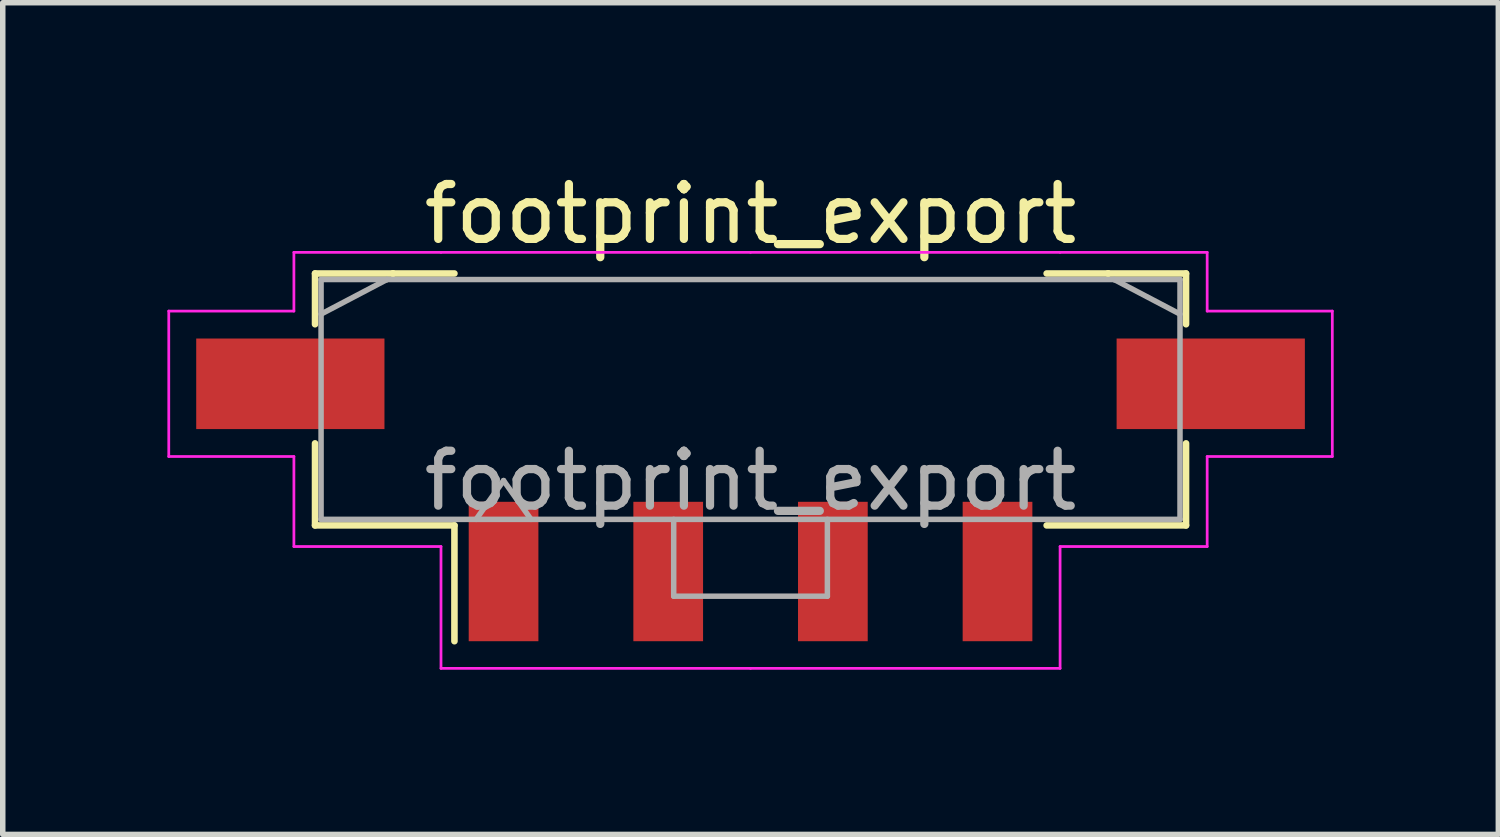
<source format=kicad_pcb>
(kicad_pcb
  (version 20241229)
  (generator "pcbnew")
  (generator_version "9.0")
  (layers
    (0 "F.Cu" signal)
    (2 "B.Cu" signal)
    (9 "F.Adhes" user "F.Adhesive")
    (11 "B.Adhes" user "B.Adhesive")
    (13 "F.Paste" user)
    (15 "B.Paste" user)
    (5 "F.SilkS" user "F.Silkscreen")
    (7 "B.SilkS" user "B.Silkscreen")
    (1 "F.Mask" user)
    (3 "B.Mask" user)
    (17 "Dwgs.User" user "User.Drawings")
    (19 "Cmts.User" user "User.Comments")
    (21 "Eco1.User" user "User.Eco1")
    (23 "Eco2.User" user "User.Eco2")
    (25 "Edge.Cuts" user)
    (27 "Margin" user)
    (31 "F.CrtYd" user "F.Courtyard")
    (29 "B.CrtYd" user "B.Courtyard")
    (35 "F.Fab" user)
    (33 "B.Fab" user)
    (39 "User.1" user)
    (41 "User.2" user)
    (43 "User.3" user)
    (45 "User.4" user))
  (footprint "footprint_export"
    (layer "F.Cu")
    (at 10.625 4.228)
    (property "Reference" "footprint_export" (at 0 -3.38 0) (layer "F.SilkS") (effects (font (size 1 1) (thickness 0.15))))
    (attr smd)
    (fp_line (start -7.935 -2.295) (end -6.515 -2.295) (stroke (width 0.12) (type solid)) (layer "F.SilkS"))
    (fp_line (start -7.935 -1.37) (end -7.935 -2.295) (stroke (width 0.12) (type solid)) (layer "F.SilkS"))
    (fp_line (start -7.935 0.8) (end -7.935 2.295) (stroke (width 0.12) (type solid)) (layer "F.SilkS"))
    (fp_line (start -7.935 2.295) (end -5.395 2.295) (stroke (width 0.12) (type solid)) (layer "F.SilkS"))
    (fp_line (start -6.515 -2.295) (end -6.515 -2.295) (stroke (width 0.12) (type solid)) (layer "F.SilkS"))
    (fp_line (start -6.515 -2.295) (end -5.395 -2.295) (stroke (width 0.12) (type solid)) (layer "F.SilkS"))
    (fp_line (start -5.395 2.295) (end -5.395 4.405) (stroke (width 0.12) (type solid)) (layer "F.SilkS"))
    (fp_line (start 6.515 -2.295) (end 5.395 -2.295) (stroke (width 0.12) (type solid)) (layer "F.SilkS"))
    (fp_line (start 6.515 -2.295) (end 6.515 -2.295) (stroke (width 0.12) (type solid)) (layer "F.SilkS"))
    (fp_line (start 7.935 -2.295) (end 6.515 -2.295) (stroke (width 0.12) (type solid)) (layer "F.SilkS"))
    (fp_line (start 7.935 -1.37) (end 7.935 -2.295) (stroke (width 0.12) (type solid)) (layer "F.SilkS"))
    (fp_line (start 7.935 0.8) (end 7.935 2.295) (stroke (width 0.12) (type solid)) (layer "F.SilkS"))
    (fp_line (start 7.935 2.295) (end 5.395 2.295) (stroke (width 0.12) (type solid)) (layer "F.SilkS"))
    (fp_line (start -10.6 -1.61) (end -10.6 1.04) (stroke (width 0.05) (type solid)) (layer "F.CrtYd"))
    (fp_line (start -10.6 1.04) (end -8.32 1.04) (stroke (width 0.05) (type solid)) (layer "F.CrtYd"))
    (fp_line (start -8.32 -2.68) (end -8.32 -1.61) (stroke (width 0.05) (type solid)) (layer "F.CrtYd"))
    (fp_line (start -8.32 -1.61) (end -10.6 -1.61) (stroke (width 0.05) (type solid)) (layer "F.CrtYd"))
    (fp_line (start -8.32 1.04) (end -8.32 2.68) (stroke (width 0.05) (type solid)) (layer "F.CrtYd"))
    (fp_line (start -8.32 2.68) (end -5.64 2.68) (stroke (width 0.05) (type solid)) (layer "F.CrtYd"))
    (fp_line (start -5.64 -2.68) (end -8.32 -2.68) (stroke (width 0.05) (type solid)) (layer "F.CrtYd"))
    (fp_line (start -5.64 2.68) (end -5.64 4.9) (stroke (width 0.05) (type solid)) (layer "F.CrtYd"))
    (fp_line (start -5.64 4.9) (end 0 4.9) (stroke (width 0.05) (type solid)) (layer "F.CrtYd"))
    (fp_line (start 0 -2.68) (end -5.64 -2.68) (stroke (width 0.05) (type solid)) (layer "F.CrtYd"))
    (fp_line (start 0 -2.68) (end 5.64 -2.68) (stroke (width 0.05) (type solid)) (layer "F.CrtYd"))
    (fp_line (start 5.64 -2.68) (end 8.32 -2.68) (stroke (width 0.05) (type solid)) (layer "F.CrtYd"))
    (fp_line (start 5.64 2.68) (end 5.64 4.9) (stroke (width 0.05) (type solid)) (layer "F.CrtYd"))
    (fp_line (start 5.64 4.9) (end 0 4.9) (stroke (width 0.05) (type solid)) (layer "F.CrtYd"))
    (fp_line (start 8.32 -2.68) (end 8.32 -1.61) (stroke (width 0.05) (type solid)) (layer "F.CrtYd"))
    (fp_line (start 8.32 -1.61) (end 10.6 -1.61) (stroke (width 0.05) (type solid)) (layer "F.CrtYd"))
    (fp_line (start 8.32 1.04) (end 8.32 2.68) (stroke (width 0.05) (type solid)) (layer "F.CrtYd"))
    (fp_line (start 8.32 2.68) (end 5.64 2.68) (stroke (width 0.05) (type solid)) (layer "F.CrtYd"))
    (fp_line (start 10.6 -1.61) (end 10.6 1.04) (stroke (width 0.05) (type solid)) (layer "F.CrtYd"))
    (fp_line (start 10.6 1.04) (end 8.32 1.04) (stroke (width 0.05) (type solid)) (layer "F.CrtYd"))
    (fp_line (start -7.825 -2.185) (end -7.825 2.185) (stroke (width 0.1) (type solid)) (layer "F.Fab"))
    (fp_line (start -7.825 -1.555) (end -6.625 -2.185) (stroke (width 0.1) (type solid)) (layer "F.Fab"))
    (fp_line (start -7.825 2.185) (end 7.825 2.185) (stroke (width 0.1) (type solid)) (layer "F.Fab"))
    (fp_line (start -6.625 -2.185) (end -7.825 -2.185) (stroke (width 0.1) (type solid)) (layer "F.Fab"))
    (fp_line (start -6.625 -2.185) (end -6.625 -2.185) (stroke (width 0.1) (type solid)) (layer "F.Fab"))
    (fp_line (start -5 2.185) (end -4.5 1.478) (stroke (width 0.1) (type solid)) (layer "F.Fab"))
    (fp_line (start -4.5 1.478) (end -4 2.185) (stroke (width 0.1) (type solid)) (layer "F.Fab"))
    (fp_line (start -1.4 2.185) (end -1.4 3.585) (stroke (width 0.1) (type solid)) (layer "F.Fab"))
    (fp_line (start -1.4 3.585) (end 1.4 3.585) (stroke (width 0.1) (type solid)) (layer "F.Fab"))
    (fp_line (start 1.4 3.585) (end 1.4 2.185) (stroke (width 0.1) (type solid)) (layer "F.Fab"))
    (fp_line (start 6.625 -2.185) (end -6.625 -2.185) (stroke (width 0.1) (type solid)) (layer "F.Fab"))
    (fp_line (start 6.625 -2.185) (end 6.625 -2.185) (stroke (width 0.1) (type solid)) (layer "F.Fab"))
    (fp_line (start 7.825 -2.185) (end 6.625 -2.185) (stroke (width 0.1) (type solid)) (layer "F.Fab"))
    (fp_line (start 7.825 -1.555) (end 6.625 -2.185) (stroke (width 0.1) (type solid)) (layer "F.Fab"))
    (fp_line (start 7.825 2.185) (end 7.825 -2.185) (stroke (width 0.1) (type solid)) (layer "F.Fab"))
    (fp_text user "${REFERENCE}" (at 0 1.48 0) (layer "F.Fab") (effects (font (size 1 1) (thickness 0.15))))
    (pad "1" smd rect (at -4.5 3.135) (size 1.27 2.54) (layers "F.Cu" "F.Mask" "F.Paste"))
    (pad "2" smd rect (at -1.5 3.135) (size 1.27 2.54) (layers "F.Cu" "F.Mask" "F.Paste"))
    (pad "3" smd rect (at 1.5 3.135) (size 1.27 2.54) (layers "F.Cu" "F.Mask" "F.Paste"))
    (pad "4" smd rect (at 4.5 3.135) (size 1.27 2.54) (layers "F.Cu" "F.Mask" "F.Paste"))
    (pad "MP" smd rect (at -8.385 -0.285) (size 3.43 1.65) (layers "F.Cu" "F.Mask" "F.Paste"))
    (pad "MP" smd rect (at 8.385 -0.285) (size 3.43 1.65) (layers "F.Cu" "F.Mask" "F.Paste")))
  (gr_rect
    (start -3 -3)
    (end 24.25 12.153)
    (stroke (width 0.1) (type default))
    (fill no)
    (layer "Edge.Cuts")))
</source>
